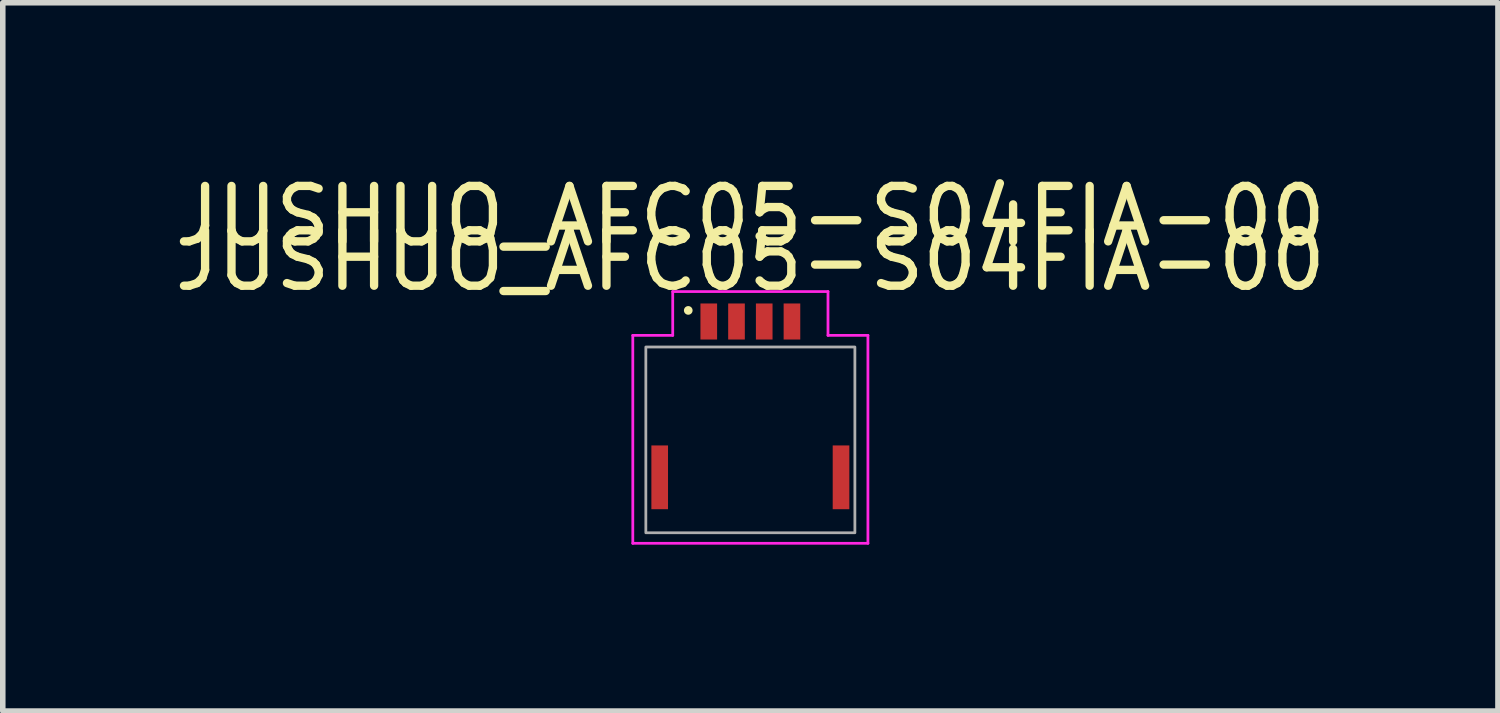
<source format=kicad_pcb>
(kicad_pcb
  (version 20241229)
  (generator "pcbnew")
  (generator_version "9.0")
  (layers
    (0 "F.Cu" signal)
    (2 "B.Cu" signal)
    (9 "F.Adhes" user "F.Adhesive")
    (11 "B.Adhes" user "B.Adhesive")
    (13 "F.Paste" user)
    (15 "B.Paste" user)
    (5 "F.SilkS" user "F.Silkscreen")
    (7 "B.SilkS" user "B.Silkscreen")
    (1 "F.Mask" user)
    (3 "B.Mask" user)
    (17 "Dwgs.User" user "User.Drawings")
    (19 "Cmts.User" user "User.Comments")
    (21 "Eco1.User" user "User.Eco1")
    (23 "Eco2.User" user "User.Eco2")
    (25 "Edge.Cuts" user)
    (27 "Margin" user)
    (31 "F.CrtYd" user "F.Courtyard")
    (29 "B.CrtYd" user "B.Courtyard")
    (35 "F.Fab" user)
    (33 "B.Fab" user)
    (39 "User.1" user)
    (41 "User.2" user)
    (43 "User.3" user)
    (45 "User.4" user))
  (footprint "JUSHUO_AFC05-S04FIA-00"
    (layer "F.Cu")
    (at 10.482 4.448)
    (property "Reference" "JUSHUO_AFC05-S04FIA-00" (at 0 -3.6 0) (layer "F.SilkS") (effects (font (size 1 1) (thickness 0.15))))
    (attr smd)
    (fp_circle (center -1.12 -1.9) (end -1.06 -1.85) (stroke (width 0) (type solid)) (fill yes) (layer "F.SilkS"))
    (fp_line (start -2.12 -1.45) (end -2.12 2.3) (stroke (width 0.05) (type solid)) (layer "F.CrtYd"))
    (fp_line (start -2.12 2.3) (end 2.12 2.3) (stroke (width 0.05) (type solid)) (layer "F.CrtYd"))
    (fp_line (start -1.4 -2.24) (end -1.4 -1.45) (stroke (width 0.05) (type solid)) (layer "F.CrtYd"))
    (fp_line (start -1.4 -1.45) (end -2.12 -1.45) (stroke (width 0.05) (type solid)) (layer "F.CrtYd"))
    (fp_line (start 1.4 -2.24) (end -1.4 -2.24) (stroke (width 0.05) (type solid)) (layer "F.CrtYd"))
    (fp_line (start 1.4 -1.45) (end 1.4 -2.24) (stroke (width 0.05) (type solid)) (layer "F.CrtYd"))
    (fp_line (start 2.12 -1.45) (end 1.4 -1.45) (stroke (width 0.05) (type solid)) (layer "F.CrtYd"))
    (fp_line (start 2.12 2.3) (end 2.12 -1.45) (stroke (width 0.05) (type solid)) (layer "F.CrtYd"))
    (fp_rect (start -1.885 -1.24) (end 1.885 2.11) (stroke (width 0.05) (type solid)) (fill no) (layer "F.Fab"))
    (fp_text user "${REFERENCE}" (at 0 -2.8 0) (unlocked yes) (layer "F.SilkS") (effects (font (size 1 1) (thickness 0.15))))
    (pad "1" smd rect (at -0.75 -1.7) (size 0.3 0.65) (layers "F.Cu" "F.Mask" "F.Paste"))
    (pad "2" smd rect (at -0.25 -1.7) (size 0.3 0.65) (layers "F.Cu" "F.Mask" "F.Paste"))
    (pad "3" smd rect (at 0.25 -1.7) (size 0.3 0.65) (layers "F.Cu" "F.Mask" "F.Paste"))
    (pad "4" smd rect (at 0.75 -1.7) (size 0.3 0.65) (layers "F.Cu" "F.Mask" "F.Paste"))
    (pad "MP" smd rect (at -1.635 1.11) (size 0.3 1.15) (layers "F.Cu" "F.Mask" "F.Paste"))
    (pad "MP" smd rect (at 1.635 1.11) (size 0.3 1.15) (layers "F.Cu" "F.Mask" "F.Paste")))
  (gr_rect
    (start -3 -3)
    (end 23.964 9.773)
    (stroke (width 0.1) (type default))
    (fill no)
    (layer "Edge.Cuts")))
</source>
